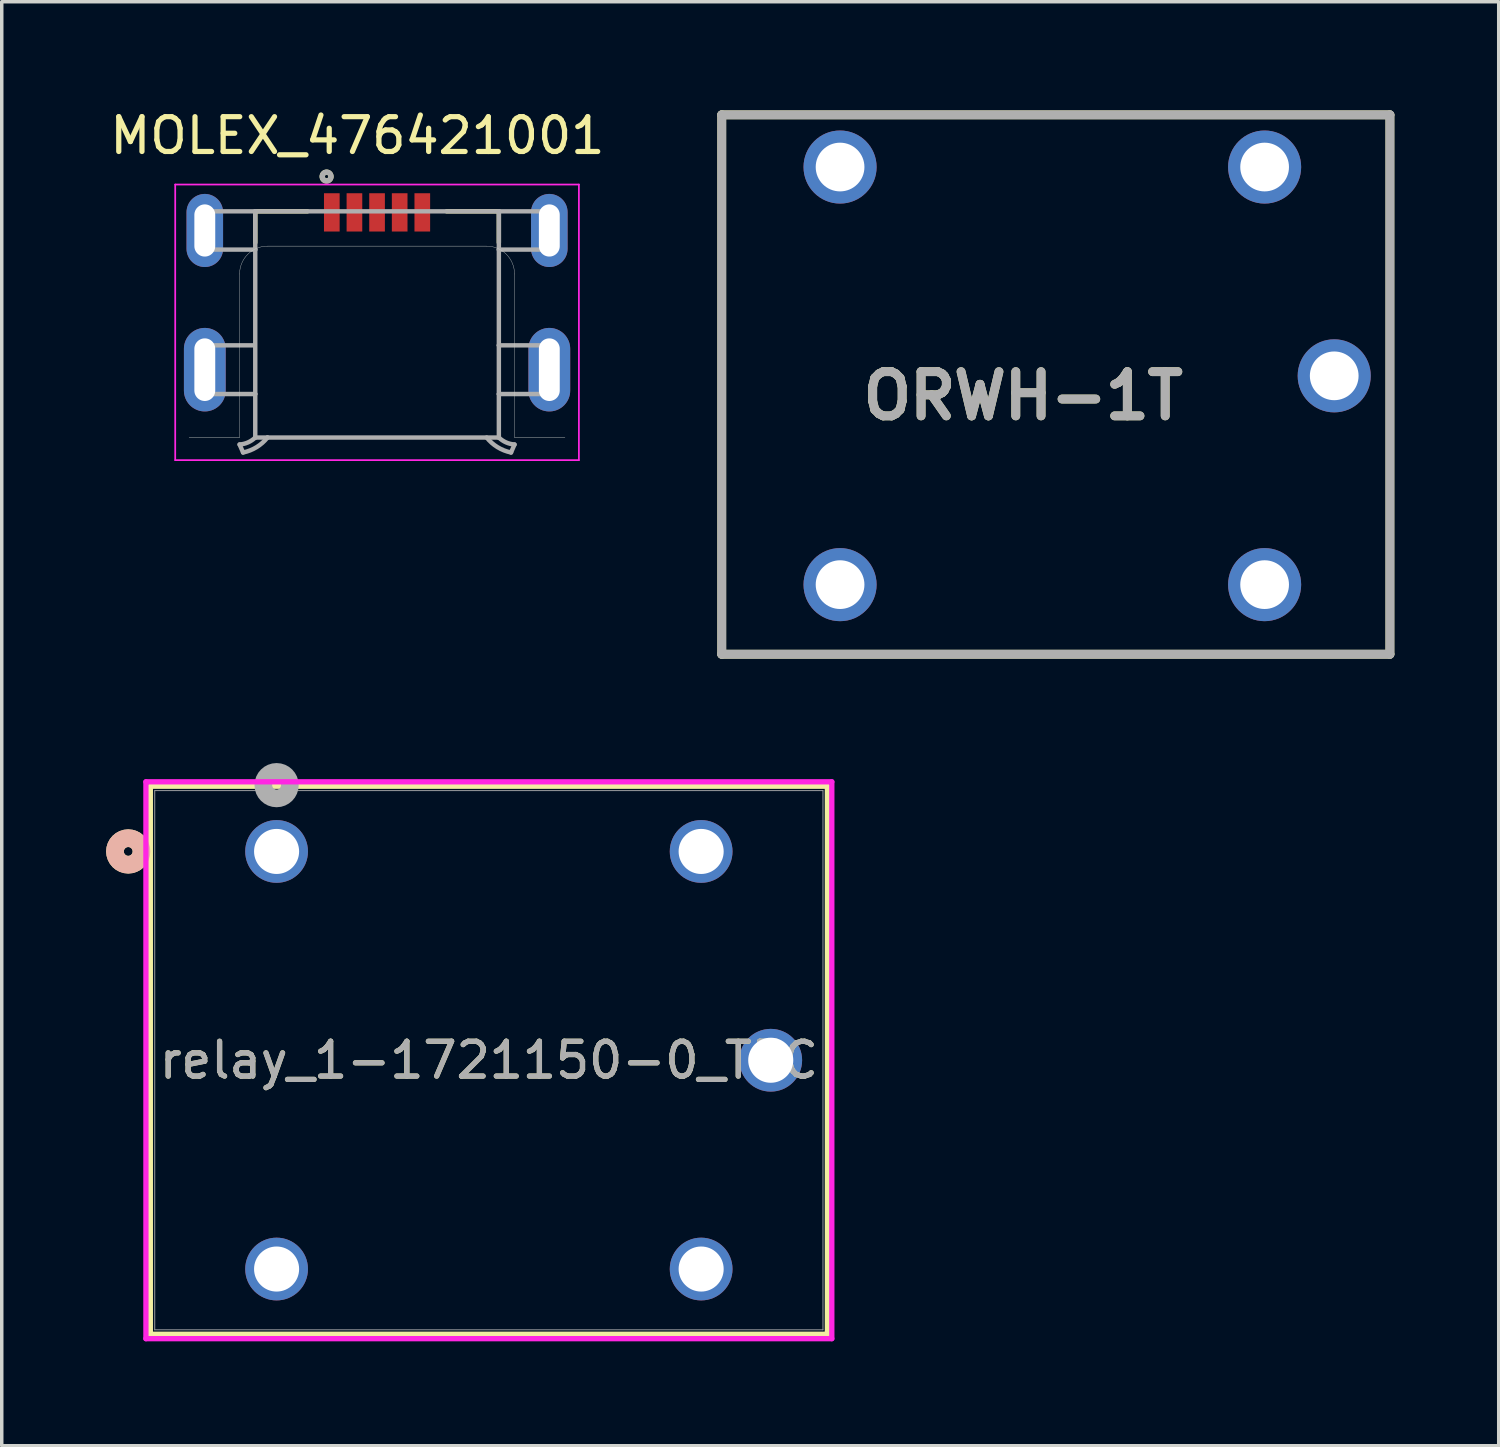
<source format=kicad_pcb>
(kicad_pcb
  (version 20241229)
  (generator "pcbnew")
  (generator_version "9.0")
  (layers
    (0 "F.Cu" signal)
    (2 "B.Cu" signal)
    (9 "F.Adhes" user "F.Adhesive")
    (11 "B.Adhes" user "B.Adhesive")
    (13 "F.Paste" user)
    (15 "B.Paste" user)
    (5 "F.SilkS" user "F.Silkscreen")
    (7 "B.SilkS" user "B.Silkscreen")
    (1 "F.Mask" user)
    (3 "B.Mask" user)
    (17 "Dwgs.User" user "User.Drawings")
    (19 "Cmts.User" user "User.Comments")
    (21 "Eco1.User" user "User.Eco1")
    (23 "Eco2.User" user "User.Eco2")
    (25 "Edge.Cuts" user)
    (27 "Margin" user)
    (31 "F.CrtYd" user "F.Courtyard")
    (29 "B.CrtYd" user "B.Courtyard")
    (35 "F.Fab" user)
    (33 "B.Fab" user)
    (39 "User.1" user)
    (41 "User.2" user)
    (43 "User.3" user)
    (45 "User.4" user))
  (footprint "MOLEX_476421001"
    (layer "F.Cu")
    (at 7.785 6.338)
    (property "Reference" "MOLEX_476421001" (at -0.565 -5.49 0) (layer "F.SilkS") (effects (font (size 1 1) (thickness 0.15))))
    (attr smd)
    (fp_line (start -3.5 -3.315) (end -3.5 -2.415) (stroke (width 0.127) (type solid)) (layer "F.SilkS"))
    (fp_line (start -2 -3.315) (end -3.5 -3.315) (stroke (width 0.127) (type solid)) (layer "F.SilkS"))
    (fp_line (start 2 -3.315) (end 3.5 -3.315) (stroke (width 0.127) (type solid)) (layer "F.SilkS"))
    (fp_line (start 3.5 -3.315) (end 3.5 -2.415) (stroke (width 0.127) (type solid)) (layer "F.SilkS"))
    (fp_circle (center -1.45 -4.315) (end -1.4 -4.315) (stroke (width 0.152) (type solid)) (fill no) (layer "F.SilkS"))
    (fp_line (start -5.4 3.185) (end -3.95 3.185) (stroke (width 0.01) (type solid)) (layer "Edge.Cuts"))
    (fp_line (start -3.95 3.185) (end -3.95 -1.515) (stroke (width 0.01) (type solid)) (layer "Edge.Cuts"))
    (fp_line (start -3.15 -2.315) (end 3.15 -2.315) (stroke (width 0.01) (type solid)) (layer "Edge.Cuts"))
    (fp_line (start 3.95 -1.515) (end 3.95 3.185) (stroke (width 0.01) (type solid)) (layer "Edge.Cuts"))
    (fp_line (start 3.95 3.185) (end 5.4 3.185) (stroke (width 0.01) (type solid)) (layer "Edge.Cuts"))
    (fp_arc (start -3.95 -1.515) (mid -3.715685 -2.080685) (end -3.15 -2.315) (stroke (width 0.01) (type solid)) (layer "Edge.Cuts"))
    (fp_arc (start 3.15 -2.315) (mid 3.715685 -2.080685) (end 3.95 -1.515) (stroke (width 0.01) (type solid)) (layer "Edge.Cuts"))
    (fp_line (start -5.8 -4.085) (end 5.8 -4.085) (stroke (width 0.05) (type solid)) (layer "F.CrtYd"))
    (fp_line (start -5.8 3.835) (end -5.8 -4.085) (stroke (width 0.05) (type solid)) (layer "F.CrtYd"))
    (fp_line (start 5.8 -4.085) (end 5.8 3.835) (stroke (width 0.05) (type solid)) (layer "F.CrtYd"))
    (fp_line (start 5.8 3.835) (end -5.8 3.835) (stroke (width 0.05) (type solid)) (layer "F.CrtYd"))
    (fp_line (start -5.1 -3.315) (end -5.1 -2.215) (stroke (width 0.127) (type solid)) (layer "F.Fab"))
    (fp_line (start -5.1 -2.215) (end -3.5 -2.215) (stroke (width 0.127) (type solid)) (layer "F.Fab"))
    (fp_line (start -5.1 0.535) (end -5.1 1.935) (stroke (width 0.127) (type solid)) (layer "F.Fab"))
    (fp_line (start -5.1 1.935) (end -3.5 1.935) (stroke (width 0.127) (type solid)) (layer "F.Fab"))
    (fp_line (start -3.95 3.385) (end -3.85 3.615) (stroke (width 0.127) (type solid)) (layer "F.Fab"))
    (fp_line (start -3.55 0.535) (end -5.1 0.535) (stroke (width 0.127) (type solid)) (layer "F.Fab"))
    (fp_line (start -3.5 -3.315) (end -5.1 -3.315) (stroke (width 0.127) (type solid)) (layer "F.Fab"))
    (fp_line (start -3.5 -3.315) (end -3.5 -2.215) (stroke (width 0.127) (type solid)) (layer "F.Fab"))
    (fp_line (start -3.5 -2.215) (end -3.5 1.935) (stroke (width 0.127) (type solid)) (layer "F.Fab"))
    (fp_line (start -3.5 1.935) (end -3.5 3.185) (stroke (width 0.127) (type solid)) (layer "F.Fab"))
    (fp_line (start -3.5 3.185) (end -3.15 3.185) (stroke (width 0.127) (type solid)) (layer "F.Fab"))
    (fp_line (start -3.15 3.185) (end 3.5 3.185) (stroke (width 0.127) (type solid)) (layer "F.Fab"))
    (fp_line (start 3.5 -3.315) (end -3.5 -3.315) (stroke (width 0.127) (type solid)) (layer "F.Fab"))
    (fp_line (start 3.5 -3.315) (end 5.1 -3.315) (stroke (width 0.127) (type solid)) (layer "F.Fab"))
    (fp_line (start 3.5 -2.215) (end 3.5 -3.315) (stroke (width 0.127) (type solid)) (layer "F.Fab"))
    (fp_line (start 3.5 0.535) (end 3.5 -2.215) (stroke (width 0.127) (type solid)) (layer "F.Fab"))
    (fp_line (start 3.5 0.535) (end 5.1 0.535) (stroke (width 0.127) (type solid)) (layer "F.Fab"))
    (fp_line (start 3.5 1.935) (end 3.5 0.535) (stroke (width 0.127) (type solid)) (layer "F.Fab"))
    (fp_line (start 3.5 3.185) (end 3.5 1.935) (stroke (width 0.127) (type solid)) (layer "F.Fab"))
    (fp_line (start 3.95 3.385) (end 3.85 3.615) (stroke (width 0.127) (type solid)) (layer "F.Fab"))
    (fp_line (start 5.1 -3.315) (end 5.1 -2.215) (stroke (width 0.127) (type solid)) (layer "F.Fab"))
    (fp_line (start 5.1 -2.215) (end 3.5 -2.215) (stroke (width 0.127) (type solid)) (layer "F.Fab"))
    (fp_line (start 5.1 0.535) (end 5.1 1.935) (stroke (width 0.127) (type solid)) (layer "F.Fab"))
    (fp_line (start 5.1 1.935) (end 3.5 1.935) (stroke (width 0.127) (type solid)) (layer "F.Fab"))
    (fp_arc (start -3.5 3.185) (mid -3.707367 3.324674) (end -3.95 3.385) (stroke (width 0.127) (type solid)) (layer "F.Fab"))
    (fp_arc (start -3.15 3.185) (mid -3.46209 3.461715) (end -3.85 3.615) (stroke (width 0.127) (type solid)) (layer "F.Fab"))
    (fp_arc (start 3.85 3.615) (mid 3.46209 3.461714) (end 3.15 3.185) (stroke (width 0.127) (type solid)) (layer "F.Fab"))
    (fp_arc (start 3.95 3.385) (mid 3.707367 3.324673) (end 3.5 3.185) (stroke (width 0.127) (type solid)) (layer "F.Fab"))
    (fp_circle (center -1.45 -4.315) (end -1.4 -4.315) (stroke (width 0.152) (type solid)) (fill no) (layer "F.Fab"))
    (pad "1" smd rect (at -1.3 -3.285) (size 0.45 1.1) (layers "F.Cu" "F.Mask" "F.Paste"))
    (pad "2" smd rect (at -0.65 -3.285) (size 0.45 1.1) (layers "F.Cu" "F.Mask" "F.Paste"))
    (pad "3" smd rect (at 0 -3.285) (size 0.45 1.1) (layers "F.Cu" "F.Mask" "F.Paste"))
    (pad "4" smd rect (at 0.65 -3.285) (size 0.45 1.1) (layers "F.Cu" "F.Mask" "F.Paste"))
    (pad "5" smd rect (at 1.3 -3.285) (size 0.45 1.1) (layers "F.Cu" "F.Mask" "F.Paste"))
    (pad "P1" thru_hole oval (at -4.95 1.235) (size 1.2 2.4) (drill oval 0.6 1.8) (layers "*.Cu" "*.Mask"))
    (pad "P2" thru_hole oval (at 4.95 1.235) (size 1.2 2.4) (drill oval 0.6 1.8) (layers "*.Cu" "*.Mask"))
    (pad "P3" thru_hole oval (at -4.95 -2.765) (size 1.05 2.1) (drill oval 0.6 1.5) (layers "*.Cu" "*.Mask"))
    (pad "P4" thru_hole oval (at 4.95 -2.765) (size 1.05 2.1) (drill oval 0.6 1.5) (layers "*.Cu" "*.Mask")))
  (footprint "ORWH-1T"
    (layer "F.Cu")
    (at 17.69 0.25)
    (property "Reference" "ORWH-1T" (at 8.661 8.076 0) (layer "F.SilkS") (effects (font (size 1.27 1.27) (thickness 0.254))))
    (attr through_hole)
    (fp_line (start 0 0) (end 0 15.5) (stroke (width 0.254) (type solid)) (layer "F.SilkS"))
    (fp_line (start 0 15.5) (end 19.2 15.5) (stroke (width 0.254) (type solid)) (layer "F.SilkS"))
    (fp_line (start 19.2 0) (end 0 0) (stroke (width 0.254) (type solid)) (layer "F.SilkS"))
    (fp_line (start 19.2 15.5) (end 19.2 0) (stroke (width 0.254) (type solid)) (layer "F.SilkS"))
    (fp_line (start 0 0) (end 19.2 0) (stroke (width 0.254) (type solid)) (layer "F.Fab"))
    (fp_line (start 0 15.5) (end 0 0) (stroke (width 0.254) (type solid)) (layer "F.Fab"))
    (fp_line (start 19.2 0) (end 19.2 15.5) (stroke (width 0.254) (type solid)) (layer "F.Fab"))
    (fp_line (start 19.2 15.5) (end 0 15.5) (stroke (width 0.254) (type solid)) (layer "F.Fab"))
    (fp_text user "${REFERENCE}" (at 8.661 8.076 0) (layer "F.Fab") (effects (font (size 1.27 1.27) (thickness 0.254))))
    (pad "1" thru_hole circle (at 3.4 13.5) (size 2.1 2.1) (drill 1.4) (layers "*.Cu" "*.Mask"))
    (pad "2" thru_hole circle (at 15.6 13.5) (size 2.1 2.1) (drill 1.4) (layers "*.Cu" "*.Mask"))
    (pad "3" thru_hole circle (at 17.6 7.5) (size 2.1 2.1) (drill 1.4) (layers "*.Cu" "*.Mask"))
    (pad "4" thru_hole circle (at 15.6 1.5) (size 2.1 2.1) (drill 1.4) (layers "*.Cu" "*.Mask"))
    (pad "5" thru_hole circle (at 3.4 1.5) (size 2.1 2.1) (drill 1.4) (layers "*.Cu" "*.Mask")))
  (footprint "relay_1-1721150-0_TEC"
    (layer "F.Cu")
    (at 17.098 33.417)
    (property "Reference" "relay_1-1721150-0_TEC" (at -6.1 -6 0) (unlocked yes) (layer "F.SilkS") (effects (font (size 1 1) (thickness 0.15))))
    (attr through_hole)
    (fp_line (start -15.828 -13.874) (end -15.828 1.874) (stroke (width 0.152) (type solid)) (layer "F.SilkS"))
    (fp_line (start -15.828 1.874) (end 3.628 1.874) (stroke (width 0.152) (type solid)) (layer "F.SilkS"))
    (fp_line (start 3.628 -13.874) (end -15.828 -13.874) (stroke (width 0.152) (type solid)) (layer "F.SilkS"))
    (fp_line (start 3.628 1.874) (end 3.628 -13.874) (stroke (width 0.152) (type solid)) (layer "F.SilkS"))
    (fp_circle (center -16.463 -12) (end -16.082 -12) (stroke (width 0.508) (type solid)) (fill no) (layer "F.SilkS"))
    (fp_circle (center -16.463 -12) (end -16.082 -12) (stroke (width 0.508) (type solid)) (fill no) (layer "B.SilkS"))
    (fp_line (start -15.955 -14.001) (end -15.955 2.001) (stroke (width 0.152) (type solid)) (layer "F.CrtYd"))
    (fp_line (start -15.955 2.001) (end 3.755 2.001) (stroke (width 0.152) (type solid)) (layer "F.CrtYd"))
    (fp_line (start 3.755 -14.001) (end -15.955 -14.001) (stroke (width 0.152) (type solid)) (layer "F.CrtYd"))
    (fp_line (start 3.755 2.001) (end 3.755 -14.001) (stroke (width 0.152) (type solid)) (layer "F.CrtYd"))
    (fp_line (start -15.701 -13.747) (end -15.701 1.747) (stroke (width 0.025) (type solid)) (layer "F.Fab"))
    (fp_line (start -15.701 1.747) (end 3.501 1.747) (stroke (width 0.025) (type solid)) (layer "F.Fab"))
    (fp_line (start 3.501 -13.747) (end -15.701 -13.747) (stroke (width 0.025) (type solid)) (layer "F.Fab"))
    (fp_line (start 3.501 1.747) (end 3.501 -13.747) (stroke (width 0.025) (type solid)) (layer "F.Fab"))
    (fp_circle (center -12.2 -13.905) (end -11.819 -13.905) (stroke (width 0.508) (type solid)) (fill no) (layer "F.Fab"))
    (fp_text user "${REFERENCE}" (at -6.1 -6 0) (unlocked yes) (layer "F.Fab") (effects (font (size 1 1) (thickness 0.15))))
    (pad "1" thru_hole circle (at -12.2 -12) (size 1.803 1.803) (drill 1.295) (layers "*.Cu" "*.Mask"))
    (pad "2" thru_hole circle (at -12.2 0) (size 1.803 1.803) (drill 1.295) (layers "*.Cu" "*.Mask"))
    (pad "3" thru_hole circle (at 0 -12) (size 1.803 1.803) (drill 1.295) (layers "*.Cu" "*.Mask"))
    (pad "4" thru_hole circle (at 0 0) (size 1.803 1.803) (drill 1.295) (layers "*.Cu" "*.Mask"))
    (pad "5" thru_hole circle (at 2 -6) (size 1.803 1.803) (drill 1.295) (layers "*.Cu" "*.Mask")))
  (gr_rect
    (start -3 -3)
    (end 40.017 38.494)
    (stroke (width 0.1) (type default))
    (fill no)
    (layer "Edge.Cuts")))
</source>
